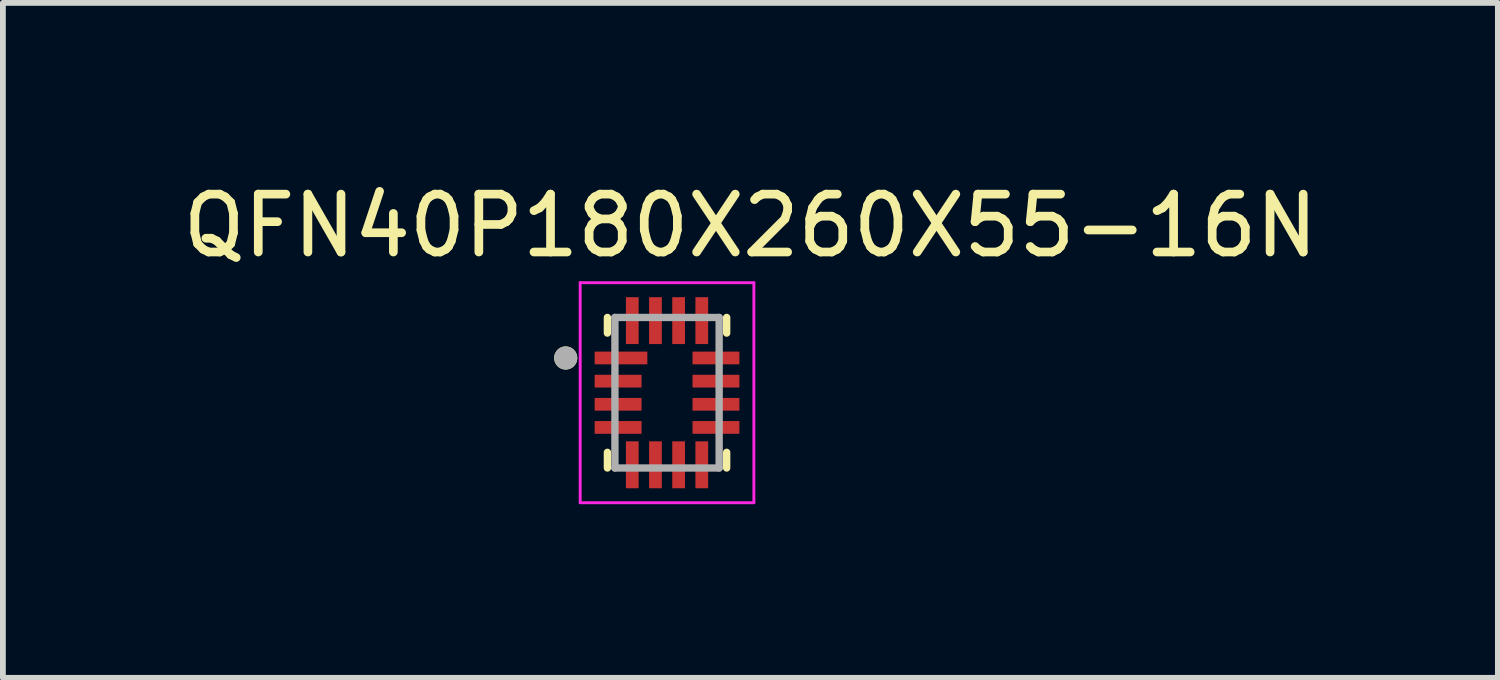
<source format=kicad_pcb>
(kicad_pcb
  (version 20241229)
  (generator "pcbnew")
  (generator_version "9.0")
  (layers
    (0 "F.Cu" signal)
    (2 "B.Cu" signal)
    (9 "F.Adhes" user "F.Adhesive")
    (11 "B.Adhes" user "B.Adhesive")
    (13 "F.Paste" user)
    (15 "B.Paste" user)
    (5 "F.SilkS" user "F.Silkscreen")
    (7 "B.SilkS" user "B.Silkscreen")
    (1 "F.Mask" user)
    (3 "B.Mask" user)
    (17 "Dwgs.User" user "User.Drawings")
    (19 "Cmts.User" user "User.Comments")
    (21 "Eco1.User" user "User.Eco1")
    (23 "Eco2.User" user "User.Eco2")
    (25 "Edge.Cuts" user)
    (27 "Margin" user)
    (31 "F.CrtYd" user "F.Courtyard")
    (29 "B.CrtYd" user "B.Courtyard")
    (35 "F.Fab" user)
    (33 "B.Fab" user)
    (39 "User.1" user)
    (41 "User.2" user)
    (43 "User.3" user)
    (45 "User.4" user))
  (footprint "QFN40P180X260X55-16N"
    (layer "F.Cu")
    (at 8.471 3.733)
    (property "Reference" "QFN40P180X260X55-16N" (at 1.44 -2.885 0) (layer "F.SilkS") (effects (font (size 1 1) (thickness 0.15))))
    (attr through_hole)
    (fp_line (start -1.03 -1.3) (end -1.03 -1.03) (stroke (width 0.127) (type solid)) (layer "F.SilkS"))
    (fp_line (start -1.03 1.3) (end -1.03 1.03) (stroke (width 0.127) (type solid)) (layer "F.SilkS"))
    (fp_line (start 1.03 -1.3) (end 1.03 -1.03) (stroke (width 0.127) (type solid)) (layer "F.SilkS"))
    (fp_line (start 1.03 1.3) (end 1.03 1.03) (stroke (width 0.127) (type solid)) (layer "F.SilkS"))
    (fp_circle (center -1.75 -0.6) (end -1.65 -0.6) (stroke (width 0.2) (type solid)) (fill no) (layer "F.SilkS"))
    (fp_line (start -1.5 1.9) (end -1.5 -1.9) (stroke (width 0.05) (type solid)) (layer "F.CrtYd"))
    (fp_line (start 1.5 -1.9) (end -1.5 -1.9) (stroke (width 0.05) (type solid)) (layer "F.CrtYd"))
    (fp_line (start 1.5 1.9) (end -1.5 1.9) (stroke (width 0.05) (type solid)) (layer "F.CrtYd"))
    (fp_line (start 1.5 1.9) (end 1.5 -1.9) (stroke (width 0.05) (type solid)) (layer "F.CrtYd"))
    (fp_line (start -0.9 -1.3) (end -0.9 1.3) (stroke (width 0.127) (type solid)) (layer "F.Fab"))
    (fp_line (start 0.9 -1.3) (end -0.9 -1.3) (stroke (width 0.127) (type solid)) (layer "F.Fab"))
    (fp_line (start 0.9 -1.3) (end 0.9 1.3) (stroke (width 0.127) (type solid)) (layer "F.Fab"))
    (fp_line (start 0.9 1.3) (end -0.9 1.3) (stroke (width 0.127) (type solid)) (layer "F.Fab"))
    (fp_circle (center -1.75 -0.6) (end -1.65 -0.6) (stroke (width 0.2) (type solid)) (fill no) (layer "F.Fab"))
    (pad "1" smd roundrect (at -0.795 -0.6 180) (size 0.91 0.22) (layers "F.Cu" "F.Mask" "F.Paste") (roundrect_rratio 0.03))
    (pad "2" smd roundrect (at -0.845 -0.2 180) (size 0.81 0.22) (layers "F.Cu" "F.Mask" "F.Paste") (roundrect_rratio 0.03))
    (pad "3" smd roundrect (at -0.845 0.2 180) (size 0.81 0.22) (layers "F.Cu" "F.Mask" "F.Paste") (roundrect_rratio 0.03))
    (pad "4" smd roundrect (at -0.845 0.6 180) (size 0.81 0.22) (layers "F.Cu" "F.Mask" "F.Paste") (roundrect_rratio 0.03))
    (pad "5" smd roundrect (at -0.6 1.245 90) (size 0.81 0.22) (layers "F.Cu" "F.Mask" "F.Paste") (roundrect_rratio 0.03))
    (pad "6" smd roundrect (at -0.2 1.245 90) (size 0.81 0.22) (layers "F.Cu" "F.Mask" "F.Paste") (roundrect_rratio 0.03))
    (pad "7" smd roundrect (at 0.2 1.245 90) (size 0.81 0.22) (layers "F.Cu" "F.Mask" "F.Paste") (roundrect_rratio 0.03))
    (pad "8" smd roundrect (at 0.6 1.245 90) (size 0.81 0.22) (layers "F.Cu" "F.Mask" "F.Paste") (roundrect_rratio 0.03))
    (pad "9" smd roundrect (at 0.845 0.6 180) (size 0.81 0.22) (layers "F.Cu" "F.Mask" "F.Paste") (roundrect_rratio 0.03))
    (pad "10" smd roundrect (at 0.845 0.2 180) (size 0.81 0.22) (layers "F.Cu" "F.Mask" "F.Paste") (roundrect_rratio 0.03))
    (pad "11" smd roundrect (at 0.845 -0.2 180) (size 0.81 0.22) (layers "F.Cu" "F.Mask" "F.Paste") (roundrect_rratio 0.03))
    (pad "12" smd roundrect (at 0.845 -0.6 180) (size 0.81 0.22) (layers "F.Cu" "F.Mask" "F.Paste") (roundrect_rratio 0.03))
    (pad "13" smd roundrect (at 0.6 -1.245 90) (size 0.81 0.22) (layers "F.Cu" "F.Mask" "F.Paste") (roundrect_rratio 0.03))
    (pad "14" smd roundrect (at 0.2 -1.245 90) (size 0.81 0.22) (layers "F.Cu" "F.Mask" "F.Paste") (roundrect_rratio 0.03))
    (pad "15" smd roundrect (at -0.2 -1.245 90) (size 0.81 0.22) (layers "F.Cu" "F.Mask" "F.Paste") (roundrect_rratio 0.03))
    (pad "16" smd roundrect (at -0.6 -1.245 90) (size 0.81 0.22) (layers "F.Cu" "F.Mask" "F.Paste") (roundrect_rratio 0.03)))
  (gr_rect
    (start -3 -3)
    (end 22.821 8.658)
    (stroke (width 0.1) (type default))
    (fill no)
    (layer "Edge.Cuts")))
</source>
